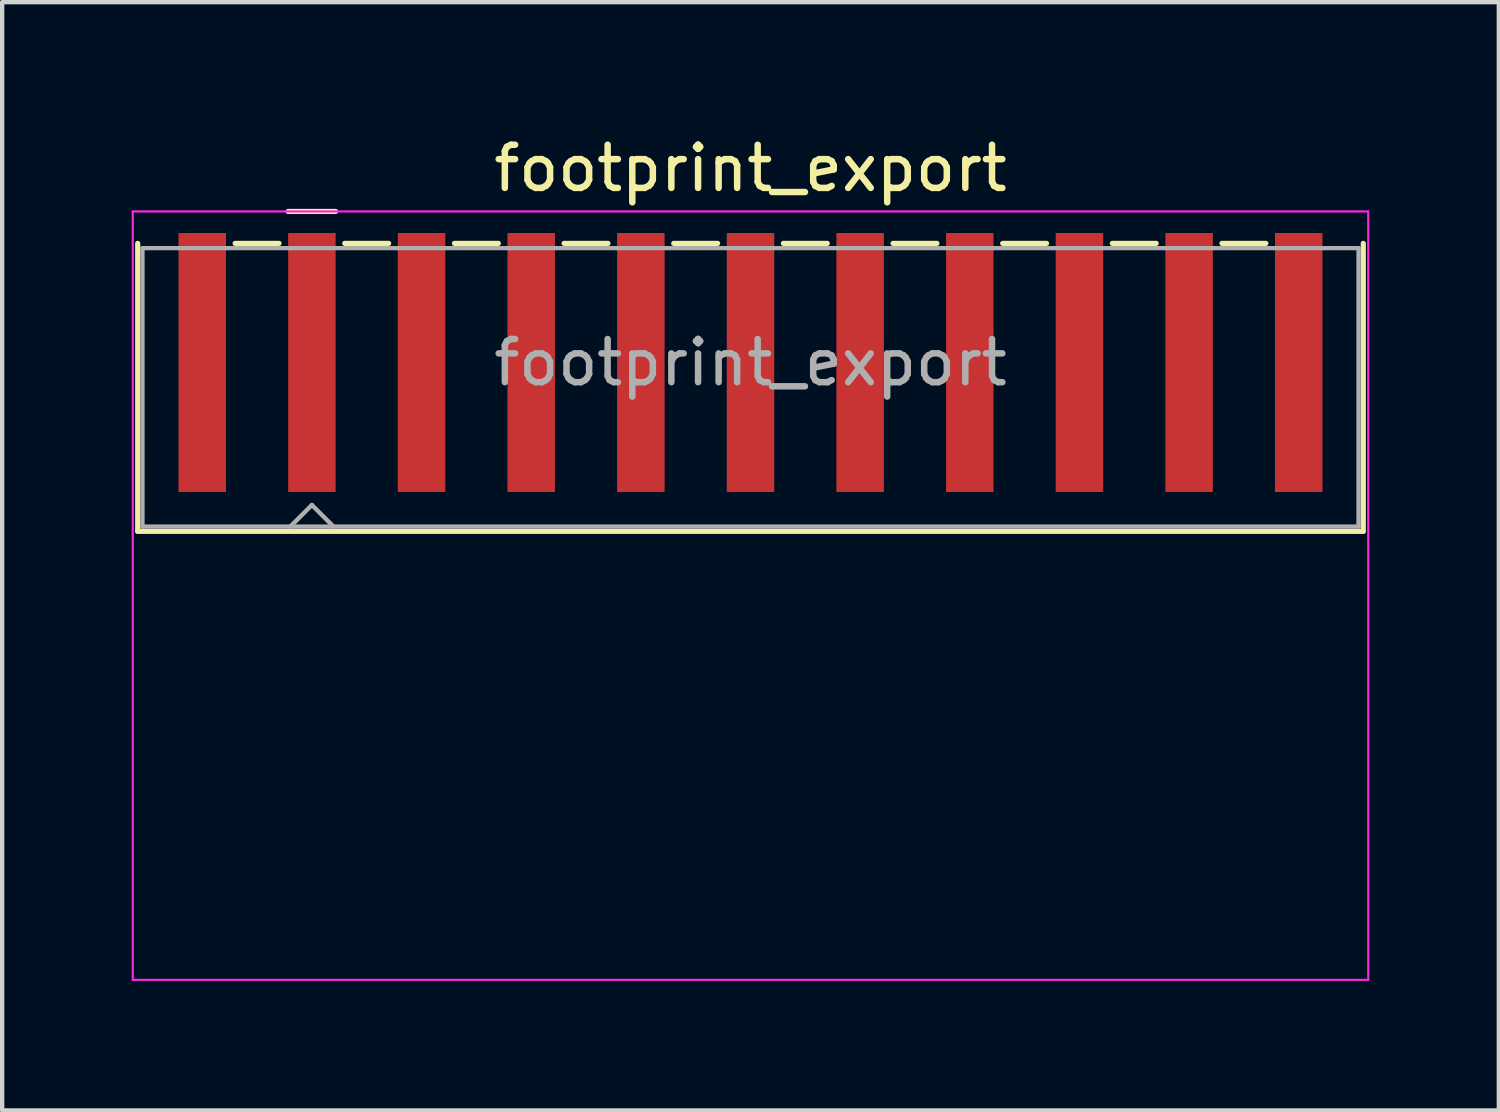
<source format=kicad_pcb>
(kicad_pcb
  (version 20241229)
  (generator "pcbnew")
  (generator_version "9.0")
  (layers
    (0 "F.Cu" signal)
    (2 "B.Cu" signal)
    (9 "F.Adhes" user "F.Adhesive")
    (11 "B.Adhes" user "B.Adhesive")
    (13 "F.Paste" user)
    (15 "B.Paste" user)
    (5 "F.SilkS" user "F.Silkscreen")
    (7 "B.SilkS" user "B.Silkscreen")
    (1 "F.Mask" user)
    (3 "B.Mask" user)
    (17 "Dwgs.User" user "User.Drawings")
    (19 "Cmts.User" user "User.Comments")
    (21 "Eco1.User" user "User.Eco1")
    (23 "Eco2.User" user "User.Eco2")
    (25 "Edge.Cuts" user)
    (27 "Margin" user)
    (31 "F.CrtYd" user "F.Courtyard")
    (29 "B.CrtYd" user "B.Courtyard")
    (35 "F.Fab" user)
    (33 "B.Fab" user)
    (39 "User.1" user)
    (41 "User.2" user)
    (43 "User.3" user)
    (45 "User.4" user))
  (footprint "footprint_export"
    (layer "F.Cu")
    (at 14.335 6.648)
    (property "Reference" "footprint_export" (at 0 -5.8 0) (layer "F.SilkS") (effects (font (size 1 1) (thickness 0.15))))
    (attr smd)
    (fp_line (start -14.195 -4.06) (end -14.195 2.61) (stroke (width 0.12) (type solid)) (layer "F.SilkS"))
    (fp_line (start -11.938 -4.06) (end -10.922 -4.06) (stroke (width 0.12) (type solid)) (layer "F.SilkS"))
    (fp_line (start -10.71 -4.8) (end -9.61 -4.8) (stroke (width 0.12) (type solid)) (layer "F.SilkS"))
    (fp_line (start -9.398 -4.06) (end -8.382 -4.06) (stroke (width 0.12) (type solid)) (layer "F.SilkS"))
    (fp_line (start -6.858 -4.06) (end -5.842 -4.06) (stroke (width 0.12) (type solid)) (layer "F.SilkS"))
    (fp_line (start -4.318 -4.06) (end -3.302 -4.06) (stroke (width 0.12) (type solid)) (layer "F.SilkS"))
    (fp_line (start -1.778 -4.06) (end -0.762 -4.06) (stroke (width 0.12) (type solid)) (layer "F.SilkS"))
    (fp_line (start 0.762 -4.06) (end 1.778 -4.06) (stroke (width 0.12) (type solid)) (layer "F.SilkS"))
    (fp_line (start 3.302 -4.06) (end 4.318 -4.06) (stroke (width 0.12) (type solid)) (layer "F.SilkS"))
    (fp_line (start 5.842 -4.06) (end 6.858 -4.06) (stroke (width 0.12) (type solid)) (layer "F.SilkS"))
    (fp_line (start 8.382 -4.06) (end 9.398 -4.06) (stroke (width 0.12) (type solid)) (layer "F.SilkS"))
    (fp_line (start 10.922 -4.06) (end 11.938 -4.06) (stroke (width 0.12) (type solid)) (layer "F.SilkS"))
    (fp_line (start 14.195 -4.06) (end 14.195 2.61) (stroke (width 0.12) (type solid)) (layer "F.SilkS"))
    (fp_line (start 14.195 2.61) (end -14.195 2.61) (stroke (width 0.12) (type solid)) (layer "F.SilkS"))
    (fp_line (start -14.31 -4.8) (end -14.31 13) (stroke (width 0.05) (type solid)) (layer "F.CrtYd"))
    (fp_line (start -14.31 13) (end 14.31 13) (stroke (width 0.05) (type solid)) (layer "F.CrtYd"))
    (fp_line (start 14.31 -4.8) (end -14.31 -4.8) (stroke (width 0.05) (type solid)) (layer "F.CrtYd"))
    (fp_line (start 14.31 13) (end 14.31 -4.8) (stroke (width 0.05) (type solid)) (layer "F.CrtYd"))
    (fp_line (start -14.085 -3.95) (end -14.085 2.5) (stroke (width 0.1) (type solid)) (layer "F.Fab"))
    (fp_line (start -14.085 2.5) (end 14.085 2.5) (stroke (width 0.1) (type solid)) (layer "F.Fab"))
    (fp_line (start -10.66 2.5) (end -10.16 2) (stroke (width 0.1) (type solid)) (layer "F.Fab"))
    (fp_line (start -10.16 2) (end -9.66 2.5) (stroke (width 0.1) (type solid)) (layer "F.Fab"))
    (fp_line (start 14.085 -3.95) (end -14.085 -3.95) (stroke (width 0.1) (type solid)) (layer "F.Fab"))
    (fp_line (start 14.085 2.5) (end 14.085 -3.95) (stroke (width 0.1) (type solid)) (layer "F.Fab"))
    (fp_text user "${REFERENCE}" (at 0 -1.3 0) (layer "F.Fab") (effects (font (size 1 1) (thickness 0.15))))
    (pad "1" smd rect (at -10.16 -1.3) (size 1.1 6) (layers "F.Cu" "F.Mask" "F.Paste"))
    (pad "2" smd rect (at -7.62 -1.3) (size 1.1 6) (layers "F.Cu" "F.Mask" "F.Paste"))
    (pad "3" smd rect (at -5.08 -1.3) (size 1.1 6) (layers "F.Cu" "F.Mask" "F.Paste"))
    (pad "4" smd rect (at -2.54 -1.3) (size 1.1 6) (layers "F.Cu" "F.Mask" "F.Paste"))
    (pad "5" smd rect (at 0 -1.3) (size 1.1 6) (layers "F.Cu" "F.Mask" "F.Paste"))
    (pad "6" smd rect (at 2.54 -1.3) (size 1.1 6) (layers "F.Cu" "F.Mask" "F.Paste"))
    (pad "7" smd rect (at 5.08 -1.3) (size 1.1 6) (layers "F.Cu" "F.Mask" "F.Paste"))
    (pad "8" smd rect (at 7.62 -1.3) (size 1.1 6) (layers "F.Cu" "F.Mask" "F.Paste"))
    (pad "9" smd rect (at 10.16 -1.3) (size 1.1 6) (layers "F.Cu" "F.Mask" "F.Paste"))
    (pad "MP" smd rect (at -12.7 -1.3) (size 1.1 6) (layers "F.Cu" "F.Mask" "F.Paste"))
    (pad "MP" smd rect (at 12.7 -1.3) (size 1.1 6) (layers "F.Cu" "F.Mask" "F.Paste")))
  (gr_rect
    (start -3 -3)
    (end 31.67 22.673)
    (stroke (width 0.1) (type default))
    (fill no)
    (layer "Edge.Cuts")))
</source>
